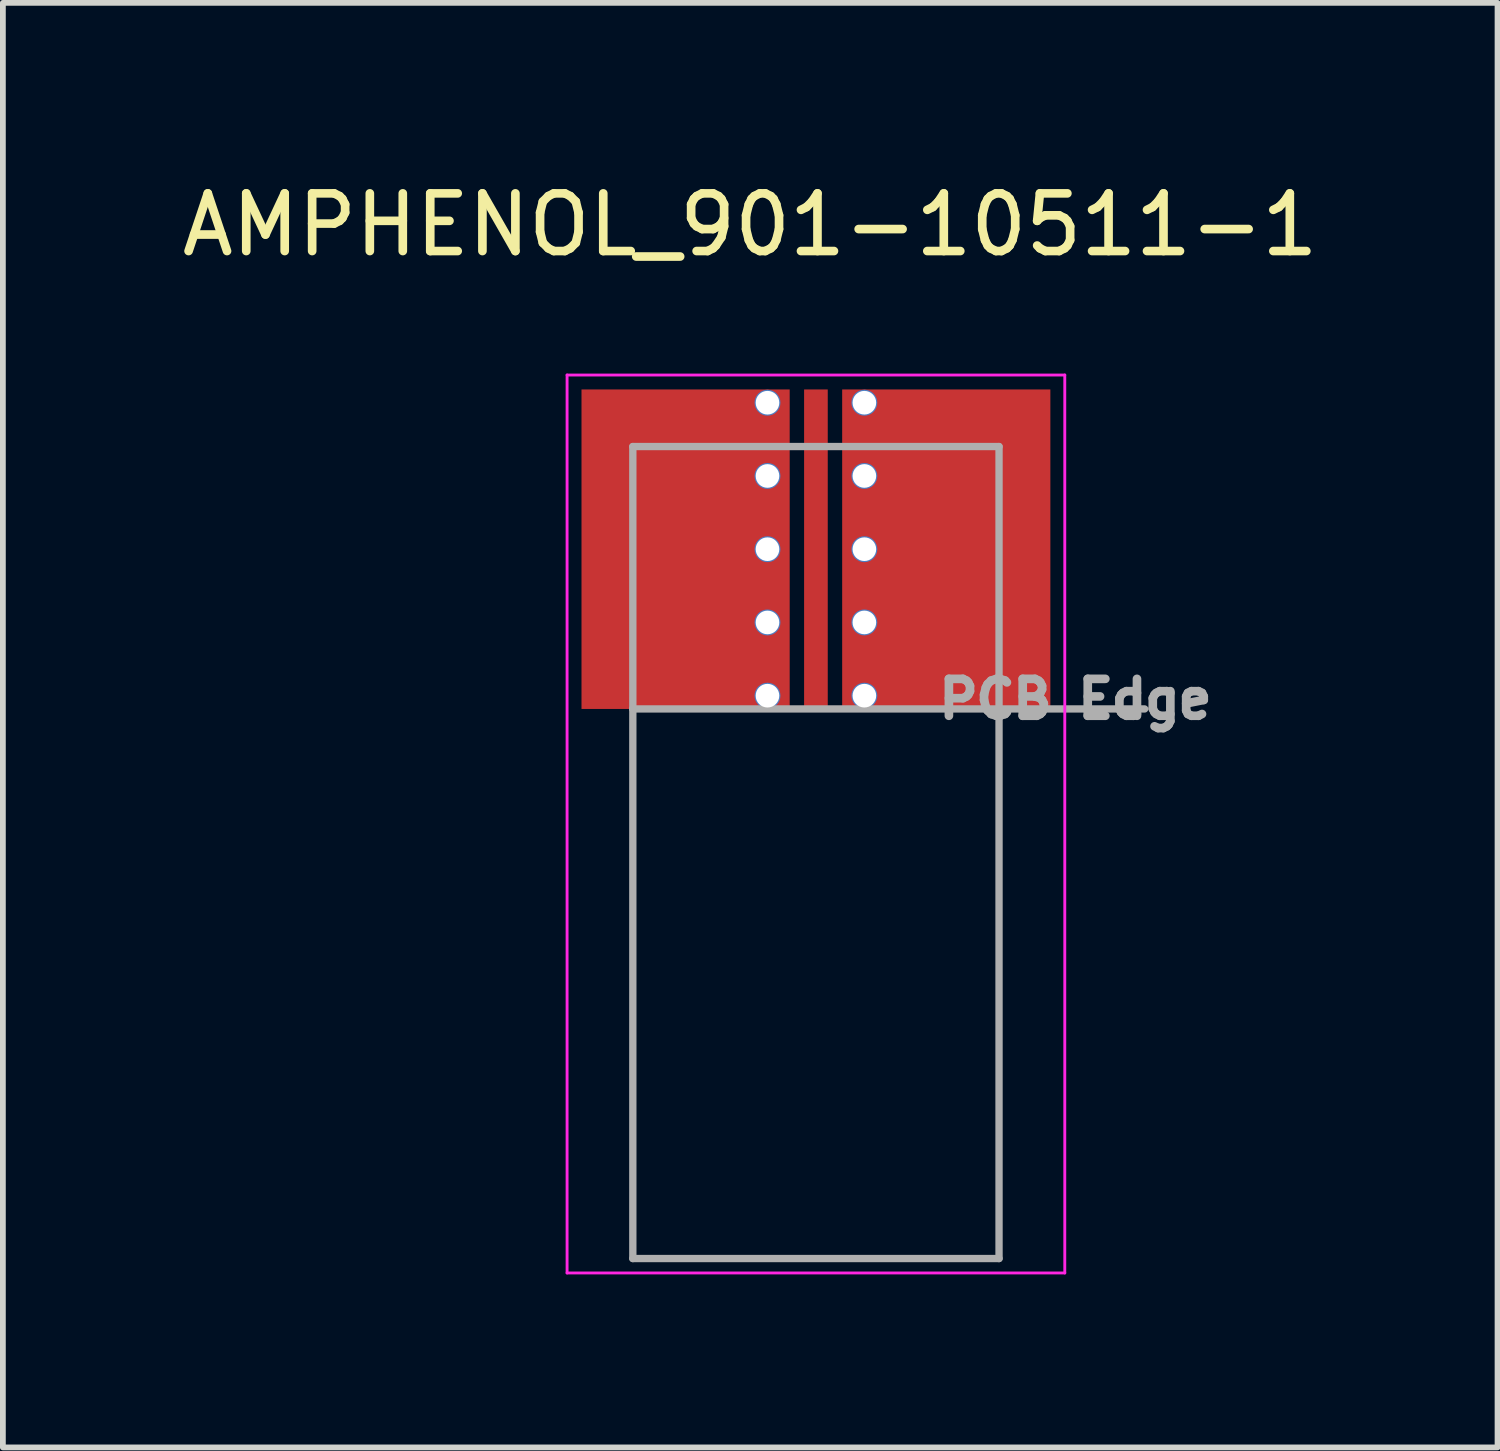
<source format=kicad_pcb>
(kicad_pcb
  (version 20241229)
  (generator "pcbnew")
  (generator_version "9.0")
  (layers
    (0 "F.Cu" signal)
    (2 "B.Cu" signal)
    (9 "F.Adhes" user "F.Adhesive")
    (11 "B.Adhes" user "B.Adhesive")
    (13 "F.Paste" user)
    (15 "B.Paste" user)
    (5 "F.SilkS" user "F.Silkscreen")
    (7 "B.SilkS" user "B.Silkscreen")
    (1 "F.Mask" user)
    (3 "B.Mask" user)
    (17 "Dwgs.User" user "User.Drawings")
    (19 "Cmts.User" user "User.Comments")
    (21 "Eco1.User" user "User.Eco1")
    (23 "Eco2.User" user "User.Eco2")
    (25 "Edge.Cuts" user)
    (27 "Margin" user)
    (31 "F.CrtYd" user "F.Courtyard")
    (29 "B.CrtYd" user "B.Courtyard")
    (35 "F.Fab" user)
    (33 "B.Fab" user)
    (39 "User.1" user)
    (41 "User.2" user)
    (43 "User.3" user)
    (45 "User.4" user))
  (footprint "AMPHENOL_901-10511-1"
    (layer "F.Cu")
    (at 11.098 6.473)
    (property "Reference" "AMPHENOL_901-10511-1" (at -1.14 -5.625 0) (layer "F.SilkS") (effects (font (size 1 1) (thickness 0.15))))
    (attr through_hole)
    (fp_line (start -4.315 -3.02) (end -4.315 12.55) (stroke (width 0.05) (type solid)) (layer "F.CrtYd"))
    (fp_line (start -4.315 12.55) (end 4.315 12.55) (stroke (width 0.05) (type solid)) (layer "F.CrtYd"))
    (fp_line (start 4.315 -3.02) (end -4.315 -3.02) (stroke (width 0.05) (type solid)) (layer "F.CrtYd"))
    (fp_line (start 4.315 12.55) (end 4.315 -3.02) (stroke (width 0.05) (type solid)) (layer "F.CrtYd"))
    (fp_line (start -3.175 -1.78) (end 3.175 -1.78) (stroke (width 0.127) (type solid)) (layer "F.Fab"))
    (fp_line (start -3.175 2.77) (end -3.175 -1.78) (stroke (width 0.127) (type solid)) (layer "F.Fab"))
    (fp_line (start -3.175 2.77) (end 5.7 2.77) (stroke (width 0.127) (type solid)) (layer "F.Fab"))
    (fp_line (start -3.175 12.3) (end -3.175 2.77) (stroke (width 0.127) (type solid)) (layer "F.Fab"))
    (fp_line (start 3.175 -1.78) (end 3.175 12.3) (stroke (width 0.127) (type solid)) (layer "F.Fab"))
    (fp_line (start 3.175 12.3) (end -3.175 12.3) (stroke (width 0.127) (type solid)) (layer "F.Fab"))
    (fp_text user "PCB Edge" (at 4.5 2.6 0) (layer "F.Fab") (effects (font (size 0.64 0.64) (thickness 0.15))))
    (pad "1" smd rect (at 0 0) (size 0.41 5.54) (layers "F.Cu" "F.Mask" "F.Paste"))
    (pad "G1" smd rect (at -2.26 0) (size 3.61 5.54) (layers "F.Cu" "F.Mask" "F.Paste"))
    (pad "G2" smd rect (at 2.26 0) (size 3.61 5.54) (layers "F.Cu" "F.Mask" "F.Paste"))
    (pad "G3" thru_hole circle (at -0.84 0) (size 0.45 0.45) (drill 0.41) (layers "*.Cu"))
    (pad "G4" thru_hole circle (at 0.84 0) (size 0.45 0.45) (drill 0.41) (layers "*.Cu"))
    (pad "G5" thru_hole circle (at -0.84 -1.27) (size 0.45 0.45) (drill 0.41) (layers "*.Cu"))
    (pad "G6" thru_hole circle (at 0.84 -1.27) (size 0.45 0.45) (drill 0.41) (layers "*.Cu"))
    (pad "G7" thru_hole circle (at -0.84 -2.54) (size 0.45 0.45) (drill 0.41) (layers "*.Cu"))
    (pad "G8" thru_hole circle (at 0.84 -2.54) (size 0.45 0.45) (drill 0.41) (layers "*.Cu"))
    (pad "G9" thru_hole circle (at 0.84 1.27) (size 0.45 0.45) (drill 0.41) (layers "*.Cu"))
    (pad "G10" thru_hole circle (at 0.84 2.54) (size 0.45 0.45) (drill 0.41) (layers "*.Cu"))
    (pad "G11" thru_hole circle (at -0.84 1.27) (size 0.45 0.45) (drill 0.41) (layers "*.Cu"))
    (pad "G12" thru_hole circle (at -0.84 2.54) (size 0.45 0.45) (drill 0.41) (layers "*.Cu")))
  (gr_rect
    (start -3 -3)
    (end 22.917 22.048)
    (stroke (width 0.1) (type default))
    (fill no)
    (layer "Edge.Cuts")))
</source>
